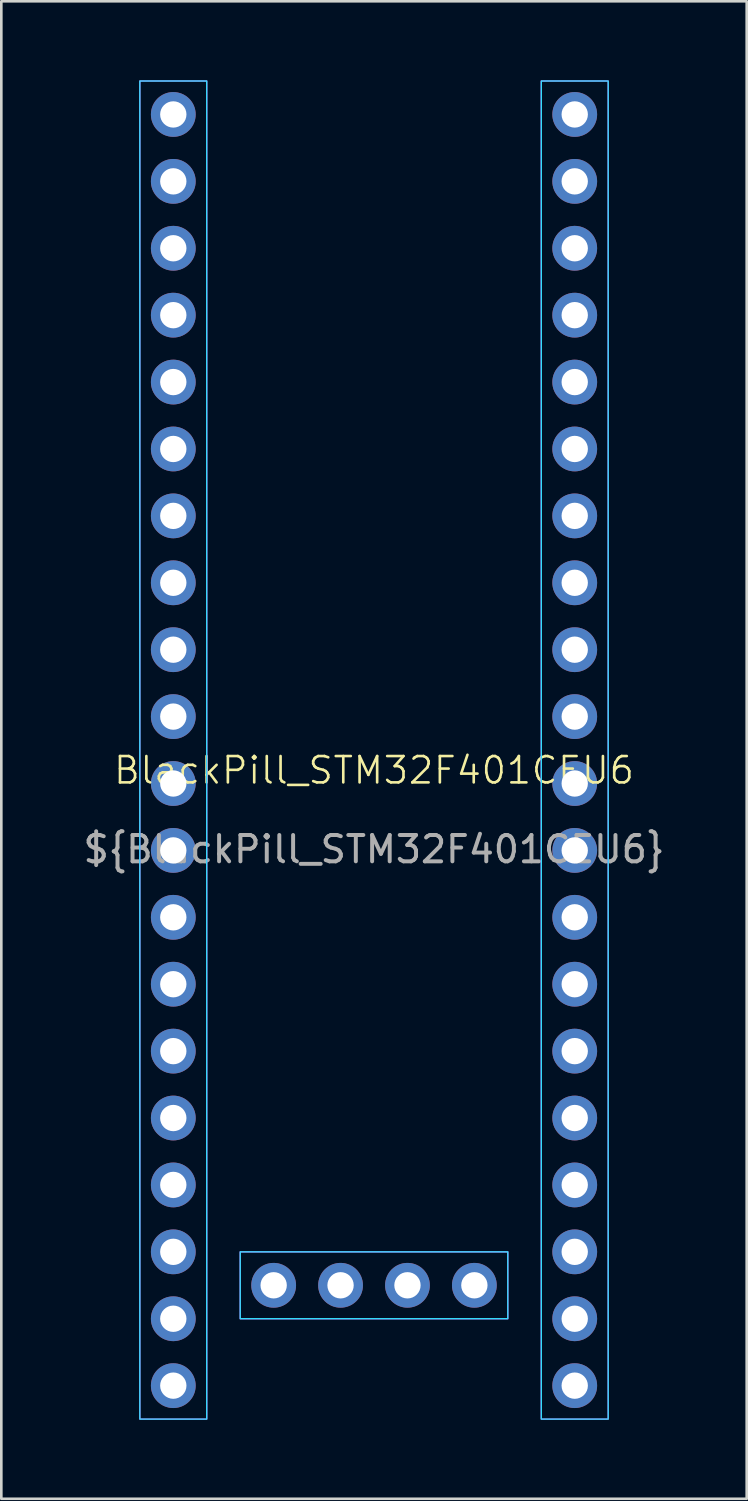
<source format=kicad_pcb>
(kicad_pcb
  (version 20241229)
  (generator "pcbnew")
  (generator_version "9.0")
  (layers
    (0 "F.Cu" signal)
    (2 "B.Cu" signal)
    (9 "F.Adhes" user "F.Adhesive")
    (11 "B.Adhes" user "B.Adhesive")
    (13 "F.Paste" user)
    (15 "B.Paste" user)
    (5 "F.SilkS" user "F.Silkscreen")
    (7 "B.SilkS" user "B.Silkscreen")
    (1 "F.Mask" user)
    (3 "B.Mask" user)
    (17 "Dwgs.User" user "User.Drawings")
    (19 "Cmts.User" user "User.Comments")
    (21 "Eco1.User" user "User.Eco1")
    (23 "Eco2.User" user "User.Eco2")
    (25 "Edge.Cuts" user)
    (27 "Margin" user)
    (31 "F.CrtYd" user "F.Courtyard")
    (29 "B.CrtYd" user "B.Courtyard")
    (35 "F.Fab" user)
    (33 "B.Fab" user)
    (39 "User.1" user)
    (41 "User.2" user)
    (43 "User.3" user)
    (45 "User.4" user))
  (footprint "BlackPill_STM32F401CEU6"
    (layer "F.Cu")
    (at 11.149 26.695)
    (property "Reference" "BlackPill_STM32F401CEU6" (at 0 -0.5 0) (unlocked yes) (layer "F.SilkS") (effects (font (size 1 1) (thickness 0.1))))
    (attr smd)
    (fp_rect (start -8.89 -26.67) (end -6.35 24.13) (stroke (width 0.05) (type default)) (fill no) (layer "B.CrtYd"))
    (fp_rect (start -5.08 17.78) (end 5.08 20.32) (stroke (width 0.05) (type default)) (fill no) (layer "B.CrtYd"))
    (fp_rect (start 6.35 -26.67) (end 8.89 24.13) (stroke (width 0.05) (type default)) (fill no) (layer "B.CrtYd"))
    (fp_rect (start -8.89 -26.67) (end -6.35 24.13) (stroke (width 0.05) (type default)) (fill no) (layer "F.CrtYd"))
    (fp_rect (start -5.08 17.78) (end 5.08 20.32) (stroke (width 0.05) (type default)) (fill no) (layer "F.CrtYd"))
    (fp_rect (start 6.35 -26.67) (end 8.89 24.13) (stroke (width 0.05) (type default)) (fill no) (layer "F.CrtYd"))
    (fp_text user "${BlackPill_STM32F401CEU6}" (at 0 2.5 0) (unlocked yes) (layer "F.Fab") (effects (font (size 1 1) (thickness 0.15))))
    (pad "1" thru_hole circle (at -7.62 -25.4) (size 1.7 1.7) (drill 1) (layers "*.Cu" "*.Mask"))
    (pad "2" thru_hole circle (at -7.62 -22.86) (size 1.7 1.7) (drill 1) (layers "*.Cu" "*.Mask"))
    (pad "3" thru_hole circle (at -7.62 -20.32) (size 1.7 1.7) (drill 1) (layers "*.Cu" "*.Mask"))
    (pad "4" thru_hole circle (at -7.62 -17.78) (size 1.7 1.7) (drill 1) (layers "*.Cu" "*.Mask"))
    (pad "5" thru_hole circle (at -7.62 -15.24) (size 1.7 1.7) (drill 1) (layers "*.Cu" "*.Mask"))
    (pad "6" thru_hole circle (at -7.62 -12.7) (size 1.7 1.7) (drill 1) (layers "*.Cu" "*.Mask"))
    (pad "7" thru_hole circle (at -7.62 -10.16) (size 1.7 1.7) (drill 1) (layers "*.Cu" "*.Mask"))
    (pad "8" thru_hole circle (at -7.62 -7.62) (size 1.7 1.7) (drill 1) (layers "*.Cu" "*.Mask"))
    (pad "9" thru_hole circle (at -7.62 -5.08) (size 1.7 1.7) (drill 1) (layers "*.Cu" "*.Mask"))
    (pad "10" thru_hole circle (at -7.62 -2.54) (size 1.7 1.7) (drill 1) (layers "*.Cu" "*.Mask"))
    (pad "11" thru_hole circle (at -7.62 0) (size 1.7 1.7) (drill 1) (layers "*.Cu" "*.Mask"))
    (pad "12" thru_hole circle (at -7.62 2.54) (size 1.7 1.7) (drill 1) (layers "*.Cu" "*.Mask"))
    (pad "13" thru_hole circle (at -7.62 5.08) (size 1.7 1.7) (drill 1) (layers "*.Cu" "*.Mask"))
    (pad "14" thru_hole circle (at -7.62 7.62) (size 1.7 1.7) (drill 1) (layers "*.Cu" "*.Mask"))
    (pad "15" thru_hole circle (at -7.62 10.16) (size 1.7 1.7) (drill 1) (layers "*.Cu" "*.Mask"))
    (pad "16" thru_hole circle (at -7.62 12.7) (size 1.7 1.7) (drill 1) (layers "*.Cu" "*.Mask"))
    (pad "17" thru_hole circle (at -7.62 15.24) (size 1.7 1.7) (drill 1) (layers "*.Cu" "*.Mask"))
    (pad "18" thru_hole circle (at -7.62 17.78) (size 1.7 1.7) (drill 1) (layers "*.Cu" "*.Mask"))
    (pad "19" thru_hole circle (at -7.62 20.32) (size 1.7 1.7) (drill 1) (layers "*.Cu" "*.Mask"))
    (pad "20" thru_hole circle (at -7.62 22.86) (size 1.7 1.7) (drill 1) (layers "*.Cu" "*.Mask"))
    (pad "21" thru_hole circle (at 7.62 -25.4) (size 1.7 1.7) (drill 1) (layers "*.Cu" "*.Mask"))
    (pad "22" thru_hole circle (at 7.62 -22.86) (size 1.7 1.7) (drill 1) (layers "*.Cu" "*.Mask"))
    (pad "23" thru_hole circle (at 7.62 -20.32) (size 1.7 1.7) (drill 1) (layers "*.Cu" "*.Mask"))
    (pad "24" thru_hole circle (at 7.62 -17.78) (size 1.7 1.7) (drill 1) (layers "*.Cu" "*.Mask"))
    (pad "25" thru_hole circle (at 7.62 -15.24) (size 1.7 1.7) (drill 1) (layers "*.Cu" "*.Mask"))
    (pad "26" thru_hole circle (at 7.62 -12.7) (size 1.7 1.7) (drill 1) (layers "*.Cu" "*.Mask"))
    (pad "27" thru_hole circle (at 7.62 -10.16) (size 1.7 1.7) (drill 1) (layers "*.Cu" "*.Mask"))
    (pad "28" thru_hole circle (at 7.62 -7.62) (size 1.7 1.7) (drill 1) (layers "*.Cu" "*.Mask"))
    (pad "29" thru_hole circle (at 7.62 -5.08) (size 1.7 1.7) (drill 1) (layers "*.Cu" "*.Mask"))
    (pad "30" thru_hole circle (at 7.62 -2.54) (size 1.7 1.7) (drill 1) (layers "*.Cu" "*.Mask"))
    (pad "31" thru_hole circle (at 7.62 0) (size 1.7 1.7) (drill 1) (layers "*.Cu" "*.Mask"))
    (pad "32" thru_hole circle (at 7.62 2.54) (size 1.7 1.7) (drill 1) (layers "*.Cu" "*.Mask"))
    (pad "33" thru_hole circle (at 7.62 5.08) (size 1.7 1.7) (drill 1) (layers "*.Cu" "*.Mask"))
    (pad "34" thru_hole circle (at 7.62 7.62) (size 1.7 1.7) (drill 1) (layers "*.Cu" "*.Mask"))
    (pad "35" thru_hole circle (at 7.62 10.16) (size 1.7 1.7) (drill 1) (layers "*.Cu" "*.Mask"))
    (pad "36" thru_hole circle (at 7.62 12.7) (size 1.7 1.7) (drill 1) (layers "*.Cu" "*.Mask"))
    (pad "37" thru_hole circle (at 7.62 15.24) (size 1.7 1.7) (drill 1) (layers "*.Cu" "*.Mask"))
    (pad "38" thru_hole circle (at 7.62 17.78) (size 1.7 1.7) (drill 1) (layers "*.Cu" "*.Mask"))
    (pad "39" thru_hole circle (at 7.62 20.32) (size 1.7 1.7) (drill 1) (layers "*.Cu" "*.Mask"))
    (pad "40" thru_hole circle (at 7.62 22.86) (size 1.7 1.7) (drill 1) (layers "*.Cu" "*.Mask"))
    (pad "41" thru_hole circle (at -3.81 19.05) (size 1.7 1.7) (drill 1) (layers "*.Cu" "*.Mask"))
    (pad "42" thru_hole circle (at -1.27 19.05) (size 1.7 1.7) (drill 1) (layers "*.Cu" "*.Mask"))
    (pad "43" thru_hole circle (at 1.27 19.05) (size 1.7 1.7) (drill 1) (layers "*.Cu" "*.Mask"))
    (pad "44" thru_hole circle (at 3.81 19.05) (size 1.7 1.7) (drill 1) (layers "*.Cu" "*.Mask")))
  (gr_rect
    (start -3 -3)
    (end 25.298 53.85)
    (stroke (width 0.1) (type default))
    (fill no)
    (layer "Edge.Cuts")))
</source>
